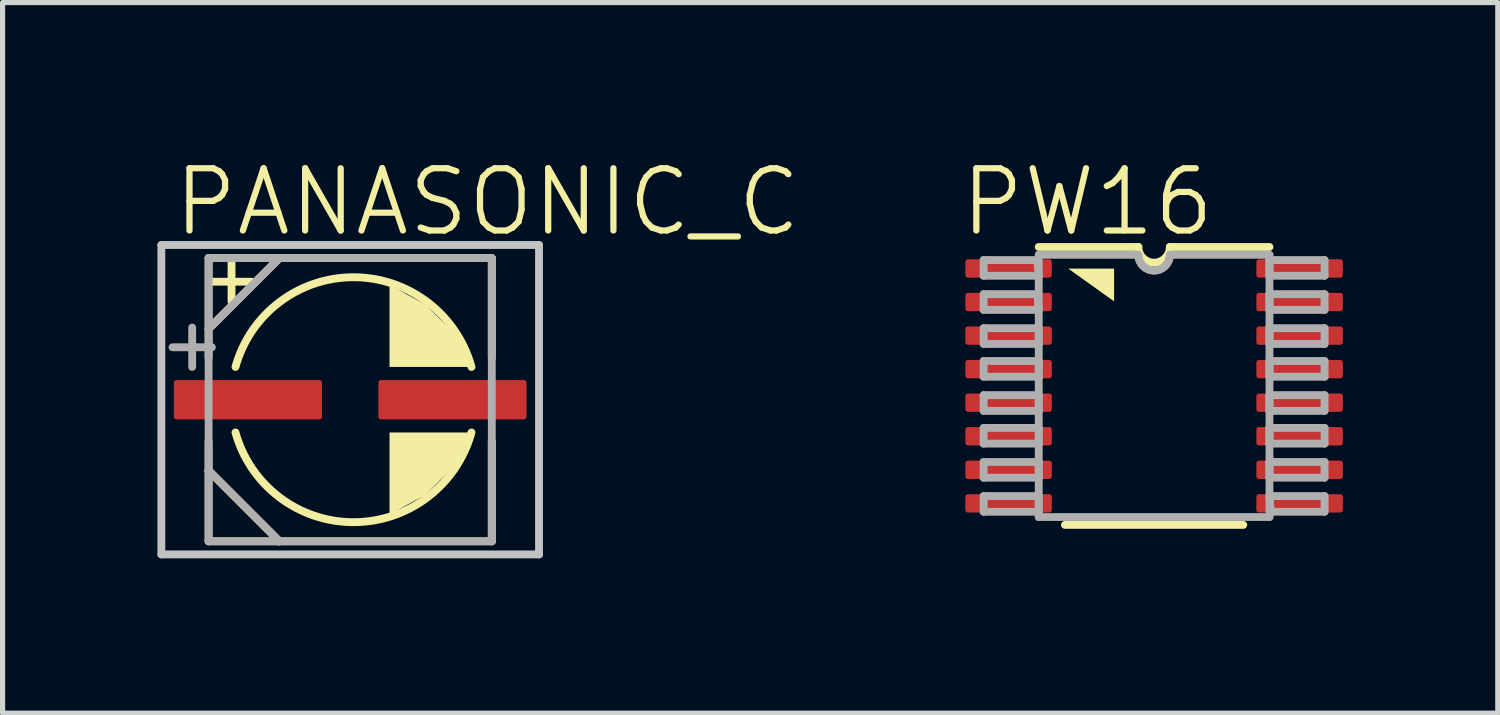
<source format=kicad_pcb>
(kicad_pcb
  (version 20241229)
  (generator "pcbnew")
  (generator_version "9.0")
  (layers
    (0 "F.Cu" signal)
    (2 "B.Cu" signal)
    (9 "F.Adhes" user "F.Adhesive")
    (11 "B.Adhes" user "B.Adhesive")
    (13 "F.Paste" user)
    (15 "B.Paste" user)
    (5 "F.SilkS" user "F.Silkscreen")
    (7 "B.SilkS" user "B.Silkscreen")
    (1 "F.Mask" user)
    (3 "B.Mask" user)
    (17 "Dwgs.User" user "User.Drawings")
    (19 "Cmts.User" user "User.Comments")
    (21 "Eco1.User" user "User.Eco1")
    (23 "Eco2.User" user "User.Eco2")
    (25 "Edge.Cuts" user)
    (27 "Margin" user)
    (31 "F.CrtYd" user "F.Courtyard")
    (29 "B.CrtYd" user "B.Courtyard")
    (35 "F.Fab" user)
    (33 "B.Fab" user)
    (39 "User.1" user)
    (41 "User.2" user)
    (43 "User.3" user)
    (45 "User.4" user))
  (footprint "PW16"
    (layer "F.Cu")
    (at 19.307 4.426)
    (property "Reference" "PW16" (at -3.81 -2.857 180) (layer "F.SilkS") (effects (font (size 1.206 1.206) (thickness 0.121)) (justify left bottom)))
    (attr through_hole)
    (fp_line (start -1.727 2.692) (end 1.727 2.692) (stroke (width 0.152) (type solid)) (layer "F.SilkS"))
    (fp_line (start -0.305 -2.692) (end -2.235 -2.692) (stroke (width 0.152) (type solid)) (layer "F.SilkS"))
    (fp_line (start 2.235 -2.692) (end 0.305 -2.692) (stroke (width 0.152) (type solid)) (layer "F.SilkS"))
    (fp_arc (start 0.3048 -2.6924) (mid 0 -2.3876) (end -0.3048 -2.6924) (stroke (width 0.1524) (type solid)) (layer "F.SilkS"))
    (fp_poly (pts (xy -1.664 -2.273) (xy -0.775 -2.273) (xy -0.775 -1.638)) (stroke (width 0) (type solid)) (fill yes) (layer "F.SilkS"))
    (fp_line (start -3.302 -2.438) (end -3.302 -2.134) (stroke (width 0.152) (type solid)) (layer "F.Fab"))
    (fp_line (start -3.302 -2.134) (end -2.235 -2.134) (stroke (width 0.152) (type solid)) (layer "F.Fab"))
    (fp_line (start -3.302 -1.778) (end -3.302 -1.473) (stroke (width 0.152) (type solid)) (layer "F.Fab"))
    (fp_line (start -3.302 -1.473) (end -2.235 -1.473) (stroke (width 0.152) (type solid)) (layer "F.Fab"))
    (fp_line (start -3.302 -1.118) (end -3.302 -0.813) (stroke (width 0.152) (type solid)) (layer "F.Fab"))
    (fp_line (start -3.302 -0.813) (end -2.235 -0.813) (stroke (width 0.152) (type solid)) (layer "F.Fab"))
    (fp_line (start -3.302 -0.483) (end -3.302 -0.178) (stroke (width 0.152) (type solid)) (layer "F.Fab"))
    (fp_line (start -3.302 -0.178) (end -2.235 -0.178) (stroke (width 0.152) (type solid)) (layer "F.Fab"))
    (fp_line (start -3.302 0.178) (end -3.302 0.483) (stroke (width 0.152) (type solid)) (layer "F.Fab"))
    (fp_line (start -3.302 0.483) (end -2.235 0.483) (stroke (width 0.152) (type solid)) (layer "F.Fab"))
    (fp_line (start -3.302 0.813) (end -3.302 1.118) (stroke (width 0.152) (type solid)) (layer "F.Fab"))
    (fp_line (start -3.302 1.118) (end -2.235 1.118) (stroke (width 0.152) (type solid)) (layer "F.Fab"))
    (fp_line (start -3.302 1.473) (end -3.302 1.778) (stroke (width 0.152) (type solid)) (layer "F.Fab"))
    (fp_line (start -3.302 1.778) (end -2.235 1.778) (stroke (width 0.152) (type solid)) (layer "F.Fab"))
    (fp_line (start -3.302 2.134) (end -3.302 2.438) (stroke (width 0.152) (type solid)) (layer "F.Fab"))
    (fp_line (start -3.302 2.438) (end -2.235 2.438) (stroke (width 0.152) (type solid)) (layer "F.Fab"))
    (fp_line (start -2.261 -2.438) (end -3.302 -2.438) (stroke (width 0.152) (type solid)) (layer "F.Fab"))
    (fp_line (start -2.261 -1.778) (end -3.302 -1.778) (stroke (width 0.152) (type solid)) (layer "F.Fab"))
    (fp_line (start -2.235 -2.54) (end -2.235 2.54) (stroke (width 0.152) (type solid)) (layer "F.Fab"))
    (fp_line (start -2.235 -2.134) (end -2.261 -2.438) (stroke (width 0.152) (type solid)) (layer "F.Fab"))
    (fp_line (start -2.235 -1.473) (end -2.261 -1.778) (stroke (width 0.152) (type solid)) (layer "F.Fab"))
    (fp_line (start -2.235 -1.118) (end -3.302 -1.118) (stroke (width 0.152) (type solid)) (layer "F.Fab"))
    (fp_line (start -2.235 -0.813) (end -2.235 -1.118) (stroke (width 0.152) (type solid)) (layer "F.Fab"))
    (fp_line (start -2.235 -0.483) (end -3.302 -0.483) (stroke (width 0.152) (type solid)) (layer "F.Fab"))
    (fp_line (start -2.235 -0.178) (end -2.235 -0.483) (stroke (width 0.152) (type solid)) (layer "F.Fab"))
    (fp_line (start -2.235 0.178) (end -3.302 0.178) (stroke (width 0.152) (type solid)) (layer "F.Fab"))
    (fp_line (start -2.235 0.483) (end -2.235 0.178) (stroke (width 0.152) (type solid)) (layer "F.Fab"))
    (fp_line (start -2.235 0.813) (end -3.302 0.813) (stroke (width 0.152) (type solid)) (layer "F.Fab"))
    (fp_line (start -2.235 1.118) (end -2.235 0.813) (stroke (width 0.152) (type solid)) (layer "F.Fab"))
    (fp_line (start -2.235 1.473) (end -3.302 1.473) (stroke (width 0.152) (type solid)) (layer "F.Fab"))
    (fp_line (start -2.235 1.778) (end -2.235 1.473) (stroke (width 0.152) (type solid)) (layer "F.Fab"))
    (fp_line (start -2.235 2.134) (end -3.302 2.134) (stroke (width 0.152) (type solid)) (layer "F.Fab"))
    (fp_line (start -2.235 2.438) (end -2.235 2.134) (stroke (width 0.152) (type solid)) (layer "F.Fab"))
    (fp_line (start -2.235 2.54) (end 2.235 2.54) (stroke (width 0.152) (type solid)) (layer "F.Fab"))
    (fp_line (start -0.305 -2.54) (end -2.235 -2.54) (stroke (width 0.152) (type solid)) (layer "F.Fab"))
    (fp_line (start 2.235 -2.54) (end 0.305 -2.54) (stroke (width 0.152) (type solid)) (layer "F.Fab"))
    (fp_line (start 2.235 -2.438) (end 2.235 -2.134) (stroke (width 0.152) (type solid)) (layer "F.Fab"))
    (fp_line (start 2.235 -2.134) (end 3.302 -2.134) (stroke (width 0.152) (type solid)) (layer "F.Fab"))
    (fp_line (start 2.235 -1.778) (end 2.235 -1.473) (stroke (width 0.152) (type solid)) (layer "F.Fab"))
    (fp_line (start 2.235 -1.473) (end 3.302 -1.473) (stroke (width 0.152) (type solid)) (layer "F.Fab"))
    (fp_line (start 2.235 -1.118) (end 2.235 -0.813) (stroke (width 0.152) (type solid)) (layer "F.Fab"))
    (fp_line (start 2.235 -0.813) (end 3.302 -0.813) (stroke (width 0.152) (type solid)) (layer "F.Fab"))
    (fp_line (start 2.235 -0.483) (end 2.235 -0.178) (stroke (width 0.152) (type solid)) (layer "F.Fab"))
    (fp_line (start 2.235 -0.178) (end 3.302 -0.178) (stroke (width 0.152) (type solid)) (layer "F.Fab"))
    (fp_line (start 2.235 0.178) (end 2.235 0.483) (stroke (width 0.152) (type solid)) (layer "F.Fab"))
    (fp_line (start 2.235 0.483) (end 3.302 0.483) (stroke (width 0.152) (type solid)) (layer "F.Fab"))
    (fp_line (start 2.235 0.813) (end 2.235 1.118) (stroke (width 0.152) (type solid)) (layer "F.Fab"))
    (fp_line (start 2.235 1.118) (end 3.302 1.118) (stroke (width 0.152) (type solid)) (layer "F.Fab"))
    (fp_line (start 2.235 1.473) (end 2.235 1.778) (stroke (width 0.152) (type solid)) (layer "F.Fab"))
    (fp_line (start 2.235 1.778) (end 3.302 1.778) (stroke (width 0.152) (type solid)) (layer "F.Fab"))
    (fp_line (start 2.235 2.134) (end 2.261 2.438) (stroke (width 0.152) (type solid)) (layer "F.Fab"))
    (fp_line (start 2.235 2.54) (end 2.235 -2.54) (stroke (width 0.152) (type solid)) (layer "F.Fab"))
    (fp_line (start 2.261 2.438) (end 3.302 2.438) (stroke (width 0.152) (type solid)) (layer "F.Fab"))
    (fp_line (start 3.302 -2.438) (end 2.235 -2.438) (stroke (width 0.152) (type solid)) (layer "F.Fab"))
    (fp_line (start 3.302 -2.134) (end 3.302 -2.438) (stroke (width 0.152) (type solid)) (layer "F.Fab"))
    (fp_line (start 3.302 -1.778) (end 2.235 -1.778) (stroke (width 0.152) (type solid)) (layer "F.Fab"))
    (fp_line (start 3.302 -1.473) (end 3.302 -1.778) (stroke (width 0.152) (type solid)) (layer "F.Fab"))
    (fp_line (start 3.302 -1.118) (end 2.235 -1.118) (stroke (width 0.152) (type solid)) (layer "F.Fab"))
    (fp_line (start 3.302 -0.813) (end 3.302 -1.118) (stroke (width 0.152) (type solid)) (layer "F.Fab"))
    (fp_line (start 3.302 -0.483) (end 2.235 -0.483) (stroke (width 0.152) (type solid)) (layer "F.Fab"))
    (fp_line (start 3.302 -0.178) (end 3.302 -0.483) (stroke (width 0.152) (type solid)) (layer "F.Fab"))
    (fp_line (start 3.302 0.178) (end 2.235 0.178) (stroke (width 0.152) (type solid)) (layer "F.Fab"))
    (fp_line (start 3.302 0.483) (end 3.302 0.178) (stroke (width 0.152) (type solid)) (layer "F.Fab"))
    (fp_line (start 3.302 0.813) (end 2.235 0.813) (stroke (width 0.152) (type solid)) (layer "F.Fab"))
    (fp_line (start 3.302 1.118) (end 3.302 0.813) (stroke (width 0.152) (type solid)) (layer "F.Fab"))
    (fp_line (start 3.302 1.473) (end 2.235 1.473) (stroke (width 0.152) (type solid)) (layer "F.Fab"))
    (fp_line (start 3.302 1.778) (end 3.302 1.473) (stroke (width 0.152) (type solid)) (layer "F.Fab"))
    (fp_line (start 3.302 2.134) (end 2.235 2.134) (stroke (width 0.152) (type solid)) (layer "F.Fab"))
    (fp_line (start 3.302 2.438) (end 3.302 2.134) (stroke (width 0.152) (type solid)) (layer "F.Fab"))
    (fp_arc (start 0.3048 -2.54) (mid 0 -2.2352) (end -0.3048 -2.54) (stroke (width 0.1524) (type solid)) (layer "F.Fab"))
    (fp_arc (start 0.3048 -2.54) (mid 0 -2.2352) (end -0.3048 -2.54) (stroke (width 0.1524) (type solid)) (layer "F.Fab"))
    (pad "1" smd roundrect (at -2.819 -2.275) (size 1.676 0.356) (layers "F.Cu" "F.Mask" "F.Paste") (roundrect_rratio 0.143))
    (pad "2" smd roundrect (at -2.819 -1.625) (size 1.676 0.356) (layers "F.Cu" "F.Mask" "F.Paste") (roundrect_rratio 0.143))
    (pad "3" smd roundrect (at -2.819 -0.975) (size 1.676 0.356) (layers "F.Cu" "F.Mask" "F.Paste") (roundrect_rratio 0.143))
    (pad "4" smd roundrect (at -2.819 -0.325) (size 1.676 0.356) (layers "F.Cu" "F.Mask" "F.Paste") (roundrect_rratio 0.143))
    (pad "5" smd roundrect (at -2.819 0.325) (size 1.676 0.356) (layers "F.Cu" "F.Mask" "F.Paste") (roundrect_rratio 0.143))
    (pad "6" smd roundrect (at -2.819 0.975) (size 1.676 0.356) (layers "F.Cu" "F.Mask" "F.Paste") (roundrect_rratio 0.143))
    (pad "7" smd roundrect (at -2.819 1.625) (size 1.676 0.356) (layers "F.Cu" "F.Mask" "F.Paste") (roundrect_rratio 0.143))
    (pad "8" smd roundrect (at -2.819 2.275) (size 1.676 0.356) (layers "F.Cu" "F.Mask" "F.Paste") (roundrect_rratio 0.143))
    (pad "9" smd roundrect (at 2.819 2.275) (size 1.676 0.356) (layers "F.Cu" "F.Mask" "F.Paste") (roundrect_rratio 0.143))
    (pad "10" smd roundrect (at 2.819 1.625) (size 1.676 0.356) (layers "F.Cu" "F.Mask" "F.Paste") (roundrect_rratio 0.143))
    (pad "11" smd roundrect (at 2.819 0.975) (size 1.676 0.356) (layers "F.Cu" "F.Mask" "F.Paste") (roundrect_rratio 0.143))
    (pad "12" smd roundrect (at 2.819 0.325) (size 1.676 0.356) (layers "F.Cu" "F.Mask" "F.Paste") (roundrect_rratio 0.143))
    (pad "13" smd roundrect (at 2.819 -0.325) (size 1.676 0.356) (layers "F.Cu" "F.Mask" "F.Paste") (roundrect_rratio 0.143))
    (pad "14" smd roundrect (at 2.819 -0.975) (size 1.676 0.356) (layers "F.Cu" "F.Mask" "F.Paste") (roundrect_rratio 0.143))
    (pad "15" smd roundrect (at 2.819 -1.625) (size 1.676 0.356) (layers "F.Cu" "F.Mask" "F.Paste") (roundrect_rratio 0.143))
    (pad "16" smd roundrect (at 2.819 -2.275) (size 1.676 0.356) (layers "F.Cu" "F.Mask" "F.Paste") (roundrect_rratio 0.143)))
  (footprint "PANASONIC_C"
    (layer "F.Cu")
    (at 3.734 4.693)
    (property "Reference" "PANASONIC_C" (at -3.48 -3.124 180) (layer "F.SilkS") (effects (font (size 1.206 1.206) (thickness 0.121)) (justify left bottom)))
    (attr through_hole)
    (fp_line (start -2.743 -1.372) (end -1.372 -2.743) (stroke (width 0.152) (type solid)) (layer "F.SilkS"))
    (fp_line (start -2.743 -0.813) (end -2.743 -2.743) (stroke (width 0.152) (type solid)) (layer "F.SilkS"))
    (fp_line (start -2.743 1.372) (end -2.743 0.813) (stroke (width 0.152) (type solid)) (layer "F.SilkS"))
    (fp_line (start -2.743 2.743) (end -2.743 1.372) (stroke (width 0.152) (type solid)) (layer "F.SilkS"))
    (fp_line (start -2.743 2.743) (end -1.372 2.743) (stroke (width 0.152) (type solid)) (layer "F.SilkS"))
    (fp_line (start -2.299 -2.667) (end -2.299 -1.905) (stroke (width 0.152) (type solid)) (layer "F.SilkS"))
    (fp_line (start -1.918 -2.286) (end -2.68 -2.286) (stroke (width 0.152) (type solid)) (layer "F.SilkS"))
    (fp_line (start -1.372 2.743) (end -2.743 1.372) (stroke (width 0.152) (type solid)) (layer "F.SilkS"))
    (fp_line (start -1.372 2.743) (end 2.743 2.743) (stroke (width 0.152) (type solid)) (layer "F.SilkS"))
    (fp_line (start 2.743 -2.743) (end -2.743 -2.743) (stroke (width 0.152) (type solid)) (layer "F.SilkS"))
    (fp_line (start 2.743 -0.813) (end 2.743 -2.743) (stroke (width 0.152) (type solid)) (layer "F.SilkS"))
    (fp_line (start 2.743 2.743) (end 2.743 0.813) (stroke (width 0.152) (type solid)) (layer "F.SilkS"))
    (fp_arc (start -2.2225 -0.635) (mid 0.0635 -2.372556) (end 2.3495 -0.635) (stroke (width 0.1524) (type solid)) (layer "F.SilkS"))
    (fp_arc (start 2.3495 0.635) (mid 0.0635 2.372556) (end -2.2225 0.635) (stroke (width 0.1524) (type solid)) (layer "F.SilkS"))
    (fp_poly (pts (xy 2.349 -0.635) (xy 0.762 -0.635) (xy 0.762 -2.223) (xy 1.46 -1.841) (xy 1.968 -1.333)) (stroke (width 0) (type solid)) (fill yes) (layer "F.SilkS"))
    (fp_poly (pts (xy 2.349 0.635) (xy 0.762 0.635) (xy 0.762 2.223) (xy 1.46 1.841) (xy 1.968 1.333)) (stroke (width 0) (type solid)) (fill yes) (layer "F.SilkS"))
    (fp_line (start -3.658 -2.997) (end 3.658 -2.997) (stroke (width 0.152) (type solid)) (layer "Dwgs.User"))
    (fp_line (start -3.658 2.997) (end -3.658 -2.997) (stroke (width 0.152) (type solid)) (layer "Dwgs.User"))
    (fp_line (start 3.658 -2.997) (end 3.658 2.997) (stroke (width 0.152) (type solid)) (layer "Dwgs.User"))
    (fp_line (start 3.658 2.997) (end -3.658 2.997) (stroke (width 0.152) (type solid)) (layer "Dwgs.User"))
    (fp_line (start -3.061 -1.397) (end -3.061 -0.635) (stroke (width 0.152) (type solid)) (layer "F.Fab"))
    (fp_line (start -2.743 -2.743) (end -2.743 -1.372) (stroke (width 0.152) (type solid)) (layer "F.Fab"))
    (fp_line (start -2.743 -1.372) (end -2.743 1.372) (stroke (width 0.152) (type solid)) (layer "F.Fab"))
    (fp_line (start -2.743 -1.372) (end -1.372 -2.743) (stroke (width 0.152) (type solid)) (layer "F.Fab"))
    (fp_line (start -2.743 1.372) (end -2.743 2.743) (stroke (width 0.152) (type solid)) (layer "F.Fab"))
    (fp_line (start -2.743 1.372) (end -1.372 2.743) (stroke (width 0.152) (type solid)) (layer "F.Fab"))
    (fp_line (start -2.743 2.743) (end -1.372 2.743) (stroke (width 0.152) (type solid)) (layer "F.Fab"))
    (fp_line (start -2.68 -1.016) (end -3.442 -1.016) (stroke (width 0.152) (type solid)) (layer "F.Fab"))
    (fp_line (start -1.372 -2.743) (end -2.743 -2.743) (stroke (width 0.152) (type solid)) (layer "F.Fab"))
    (fp_line (start -1.372 2.743) (end 2.743 2.743) (stroke (width 0.152) (type solid)) (layer "F.Fab"))
    (fp_line (start 2.743 -2.743) (end -1.372 -2.743) (stroke (width 0.152) (type solid)) (layer "F.Fab"))
    (fp_line (start 2.743 2.743) (end 2.743 -2.743) (stroke (width 0.152) (type solid)) (layer "F.Fab"))
    (pad "1" smd roundrect (at -1.981 0) (size 2.87 0.762) (layers "F.Cu" "F.Mask" "F.Paste") (roundrect_rratio 0.067))
    (pad "2" smd roundrect (at 1.981 0) (size 2.87 0.762) (layers "F.Cu" "F.Mask" "F.Paste") (roundrect_rratio 0.067)))
  (gr_rect
    (start -3 -3)
    (end 25.965 10.766)
    (stroke (width 0.1) (type default))
    (fill no)
    (layer "Edge.Cuts")))
</source>
